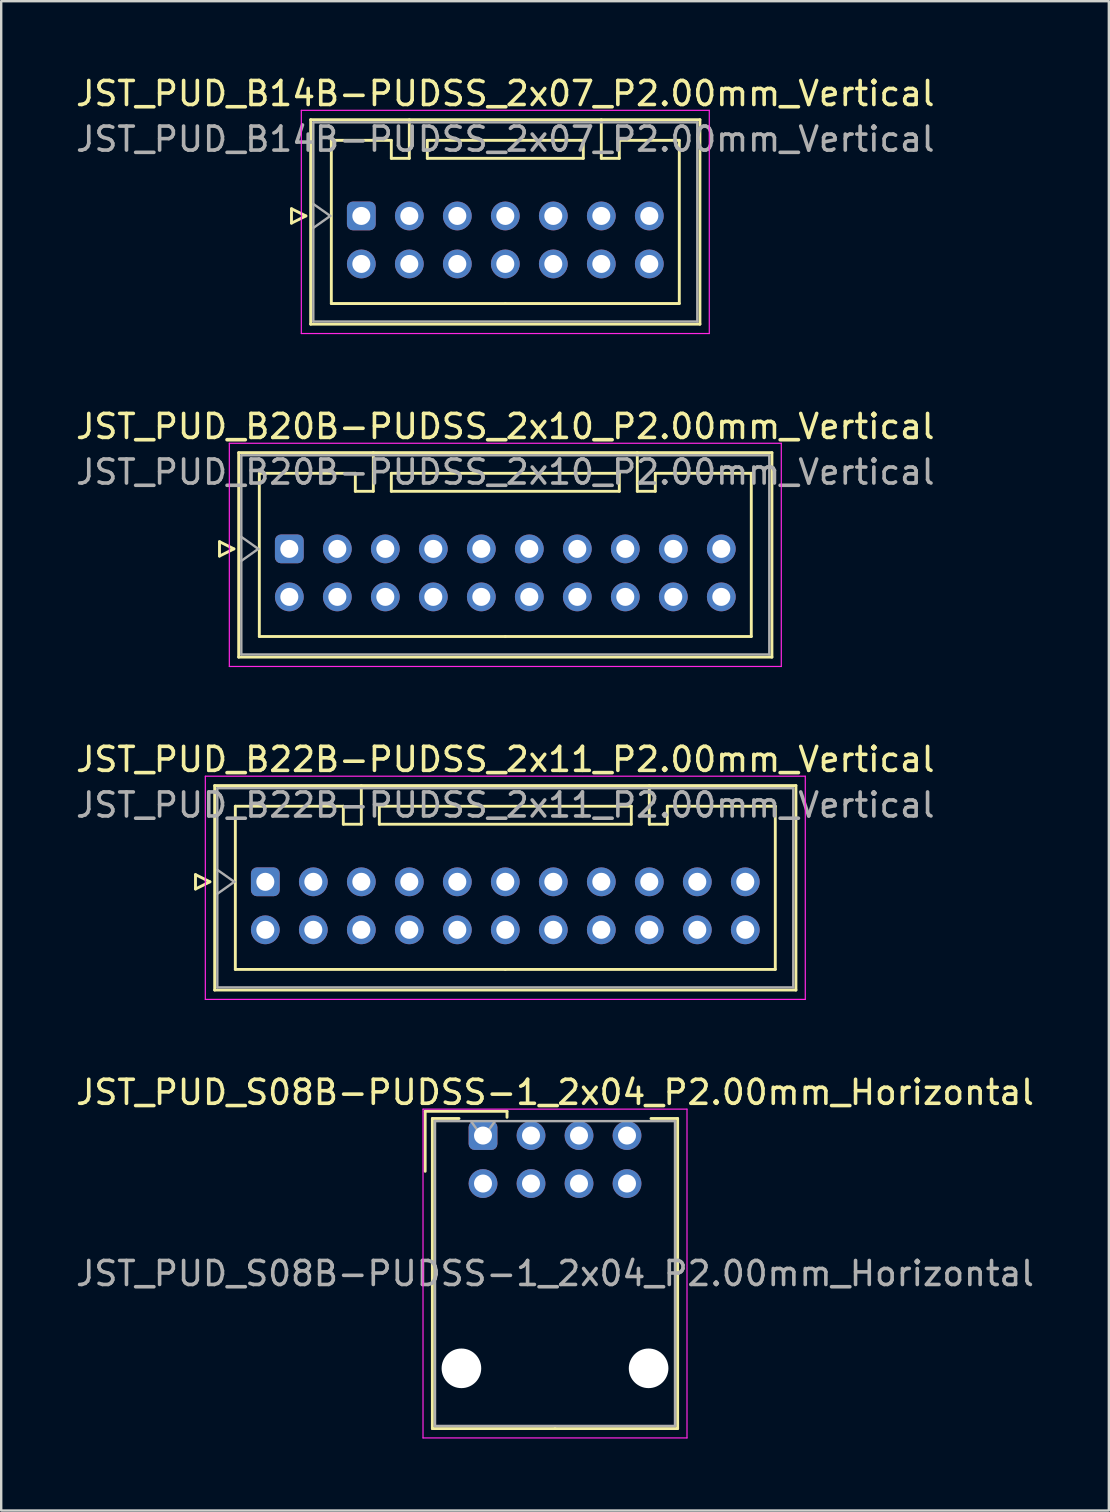
<source format=kicad_pcb>
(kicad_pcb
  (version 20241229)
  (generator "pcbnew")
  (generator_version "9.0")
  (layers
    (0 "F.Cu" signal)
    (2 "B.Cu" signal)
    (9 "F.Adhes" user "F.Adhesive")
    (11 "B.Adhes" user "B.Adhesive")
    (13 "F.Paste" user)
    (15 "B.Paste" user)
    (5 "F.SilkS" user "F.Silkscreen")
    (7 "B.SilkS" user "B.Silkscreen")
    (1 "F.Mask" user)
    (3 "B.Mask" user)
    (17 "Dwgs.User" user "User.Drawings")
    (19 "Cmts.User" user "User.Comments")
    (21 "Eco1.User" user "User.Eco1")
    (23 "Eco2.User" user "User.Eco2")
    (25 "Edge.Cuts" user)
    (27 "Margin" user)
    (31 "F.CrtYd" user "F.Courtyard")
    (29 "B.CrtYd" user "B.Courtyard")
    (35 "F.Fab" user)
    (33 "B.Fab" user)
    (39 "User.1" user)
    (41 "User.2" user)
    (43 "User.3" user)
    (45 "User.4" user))
  (footprint "JST_PUD_B22B-PUDSS_2x11_P2.00mm_Vertical"
    (layer "F.Cu")
    (at 8.006 33.695)
    (property "Reference" "JST_PUD_B22B-PUDSS_2x11_P2.00mm_Vertical" (at 10 -5.1 0) (layer "F.SilkS") (effects (font (size 1 1) (thickness 0.15))))
    (attr through_hole)
    (fp_line (start -2.91 -0.3) (end -2.31 0) (stroke (width 0.12) (type solid)) (layer "F.SilkS"))
    (fp_line (start -2.91 0.3) (end -2.91 -0.3) (stroke (width 0.12) (type solid)) (layer "F.SilkS"))
    (fp_line (start -2.31 0) (end -2.91 0.3) (stroke (width 0.12) (type solid)) (layer "F.SilkS"))
    (fp_line (start -2.11 -4.01) (end -2.11 4.51) (stroke (width 0.12) (type solid)) (layer "F.SilkS"))
    (fp_line (start -2.11 4.51) (end 22.11 4.51) (stroke (width 0.12) (type solid)) (layer "F.SilkS"))
    (fp_line (start -1.25 -3.15) (end -1.25 3.65) (stroke (width 0.12) (type solid)) (layer "F.SilkS"))
    (fp_line (start -1.25 3.65) (end 10 3.65) (stroke (width 0.12) (type solid)) (layer "F.SilkS"))
    (fp_line (start 3.25 -3.15) (end -1.25 -3.15) (stroke (width 0.12) (type solid)) (layer "F.SilkS"))
    (fp_line (start 3.25 -2.4) (end 3.25 -3.15) (stroke (width 0.12) (type solid)) (layer "F.SilkS"))
    (fp_line (start 4 -4.01) (end 4 -2.4) (stroke (width 0.12) (type solid)) (layer "F.SilkS"))
    (fp_line (start 4 -2.4) (end 3.25 -2.4) (stroke (width 0.12) (type solid)) (layer "F.SilkS"))
    (fp_line (start 4.75 -3.15) (end 4.75 -2.4) (stroke (width 0.12) (type solid)) (layer "F.SilkS"))
    (fp_line (start 4.75 -2.4) (end 15.25 -2.4) (stroke (width 0.12) (type solid)) (layer "F.SilkS"))
    (fp_line (start 15.25 -3.15) (end 4.75 -3.15) (stroke (width 0.12) (type solid)) (layer "F.SilkS"))
    (fp_line (start 15.25 -2.4) (end 15.25 -3.15) (stroke (width 0.12) (type solid)) (layer "F.SilkS"))
    (fp_line (start 16 -4.01) (end 16 -2.4) (stroke (width 0.12) (type solid)) (layer "F.SilkS"))
    (fp_line (start 16 -2.4) (end 16.75 -2.4) (stroke (width 0.12) (type solid)) (layer "F.SilkS"))
    (fp_line (start 16.75 -3.15) (end 21.25 -3.15) (stroke (width 0.12) (type solid)) (layer "F.SilkS"))
    (fp_line (start 16.75 -2.4) (end 16.75 -3.15) (stroke (width 0.12) (type solid)) (layer "F.SilkS"))
    (fp_line (start 21.25 -3.15) (end 21.25 3.65) (stroke (width 0.12) (type solid)) (layer "F.SilkS"))
    (fp_line (start 21.25 3.65) (end 10 3.65) (stroke (width 0.12) (type solid)) (layer "F.SilkS"))
    (fp_line (start 22.11 -4.01) (end -2.11 -4.01) (stroke (width 0.12) (type solid)) (layer "F.SilkS"))
    (fp_line (start 22.11 4.51) (end 22.11 -4.01) (stroke (width 0.12) (type solid)) (layer "F.SilkS"))
    (fp_line (start -2.5 -4.4) (end -2.5 4.9) (stroke (width 0.05) (type solid)) (layer "F.CrtYd"))
    (fp_line (start -2.5 4.9) (end 22.5 4.9) (stroke (width 0.05) (type solid)) (layer "F.CrtYd"))
    (fp_line (start 22.5 -4.4) (end -2.5 -4.4) (stroke (width 0.05) (type solid)) (layer "F.CrtYd"))
    (fp_line (start 22.5 4.9) (end 22.5 -4.4) (stroke (width 0.05) (type solid)) (layer "F.CrtYd"))
    (fp_line (start -2 -3.9) (end -2 4.4) (stroke (width 0.1) (type solid)) (layer "F.Fab"))
    (fp_line (start -2 0.5) (end -1.293 0) (stroke (width 0.1) (type solid)) (layer "F.Fab"))
    (fp_line (start -2 4.4) (end 22 4.4) (stroke (width 0.1) (type solid)) (layer "F.Fab"))
    (fp_line (start -1.293 0) (end -2 -0.5) (stroke (width 0.1) (type solid)) (layer "F.Fab"))
    (fp_line (start 22 -3.9) (end -2 -3.9) (stroke (width 0.1) (type solid)) (layer "F.Fab"))
    (fp_line (start 22 4.4) (end 22 -3.9) (stroke (width 0.1) (type solid)) (layer "F.Fab"))
    (fp_text user "${REFERENCE}" (at 10 -3.2 0) (layer "F.Fab") (effects (font (size 1 1) (thickness 0.15))))
    (pad "1" thru_hole roundrect (at 0 0) (size 1.2 1.2) (drill 0.75) (layers "*.Cu" "*.Mask") (roundrect_rratio 0.208))
    (pad "2" thru_hole circle (at 0 2) (size 1.2 1.2) (drill 0.75) (layers "*.Cu" "*.Mask"))
    (pad "3" thru_hole circle (at 2 0) (size 1.2 1.2) (drill 0.75) (layers "*.Cu" "*.Mask"))
    (pad "4" thru_hole circle (at 2 2) (size 1.2 1.2) (drill 0.75) (layers "*.Cu" "*.Mask"))
    (pad "5" thru_hole circle (at 4 0) (size 1.2 1.2) (drill 0.75) (layers "*.Cu" "*.Mask"))
    (pad "6" thru_hole circle (at 4 2) (size 1.2 1.2) (drill 0.75) (layers "*.Cu" "*.Mask"))
    (pad "7" thru_hole circle (at 6 0) (size 1.2 1.2) (drill 0.75) (layers "*.Cu" "*.Mask"))
    (pad "8" thru_hole circle (at 6 2) (size 1.2 1.2) (drill 0.75) (layers "*.Cu" "*.Mask"))
    (pad "9" thru_hole circle (at 8 0) (size 1.2 1.2) (drill 0.75) (layers "*.Cu" "*.Mask"))
    (pad "10" thru_hole circle (at 8 2) (size 1.2 1.2) (drill 0.75) (layers "*.Cu" "*.Mask"))
    (pad "11" thru_hole circle (at 10 0) (size 1.2 1.2) (drill 0.75) (layers "*.Cu" "*.Mask"))
    (pad "12" thru_hole circle (at 10 2) (size 1.2 1.2) (drill 0.75) (layers "*.Cu" "*.Mask"))
    (pad "13" thru_hole circle (at 12 0) (size 1.2 1.2) (drill 0.75) (layers "*.Cu" "*.Mask"))
    (pad "14" thru_hole circle (at 12 2) (size 1.2 1.2) (drill 0.75) (layers "*.Cu" "*.Mask"))
    (pad "15" thru_hole circle (at 14 0) (size 1.2 1.2) (drill 0.75) (layers "*.Cu" "*.Mask"))
    (pad "16" thru_hole circle (at 14 2) (size 1.2 1.2) (drill 0.75) (layers "*.Cu" "*.Mask"))
    (pad "17" thru_hole circle (at 16 0) (size 1.2 1.2) (drill 0.75) (layers "*.Cu" "*.Mask"))
    (pad "18" thru_hole circle (at 16 2) (size 1.2 1.2) (drill 0.75) (layers "*.Cu" "*.Mask"))
    (pad "19" thru_hole circle (at 18 0) (size 1.2 1.2) (drill 0.75) (layers "*.Cu" "*.Mask"))
    (pad "20" thru_hole circle (at 18 2) (size 1.2 1.2) (drill 0.75) (layers "*.Cu" "*.Mask"))
    (pad "21" thru_hole circle (at 20 0) (size 1.2 1.2) (drill 0.75) (layers "*.Cu" "*.Mask"))
    (pad "22" thru_hole circle (at 20 2) (size 1.2 1.2) (drill 0.75) (layers "*.Cu" "*.Mask")))
  (footprint "JST_PUD_S08B-PUDSS-1_2x04_P2.00mm_Horizontal"
    (layer "F.Cu")
    (at 17.077 44.268)
    (property "Reference" "JST_PUD_S08B-PUDSS-1_2x04_P2.00mm_Horizontal" (at 3 -1.8 0) (layer "F.SilkS") (effects (font (size 1 1) (thickness 0.15))))
    (attr through_hole)
    (fp_line (start -2.41 -1.01) (end -2.41 1.49) (stroke (width 0.12) (type solid)) (layer "F.SilkS"))
    (fp_line (start -2.11 -0.71) (end -2.11 12.21) (stroke (width 0.12) (type solid)) (layer "F.SilkS"))
    (fp_line (start -2.11 12.21) (end 3 12.21) (stroke (width 0.12) (type solid)) (layer "F.SilkS"))
    (fp_line (start -1 -0.71) (end -2.11 -0.71) (stroke (width 0.12) (type solid)) (layer "F.SilkS"))
    (fp_line (start 1 -1.01) (end -2.41 -1.01) (stroke (width 0.12) (type solid)) (layer "F.SilkS"))
    (fp_line (start 1 -0.76) (end 1 -1.01) (stroke (width 0.12) (type solid)) (layer "F.SilkS"))
    (fp_line (start 7 -0.71) (end 8.11 -0.71) (stroke (width 0.12) (type solid)) (layer "F.SilkS"))
    (fp_line (start 8.11 -0.71) (end 8.11 12.21) (stroke (width 0.12) (type solid)) (layer "F.SilkS"))
    (fp_line (start 8.11 12.21) (end 3 12.21) (stroke (width 0.12) (type solid)) (layer "F.SilkS"))
    (fp_line (start -2.5 -1.1) (end -2.5 12.6) (stroke (width 0.05) (type solid)) (layer "F.CrtYd"))
    (fp_line (start -2.5 12.6) (end 8.5 12.6) (stroke (width 0.05) (type solid)) (layer "F.CrtYd"))
    (fp_line (start 8.5 -1.1) (end -2.5 -1.1) (stroke (width 0.05) (type solid)) (layer "F.CrtYd"))
    (fp_line (start 8.5 12.6) (end 8.5 -1.1) (stroke (width 0.05) (type solid)) (layer "F.CrtYd"))
    (fp_line (start -2 -0.6) (end -2 12.1) (stroke (width 0.1) (type solid)) (layer "F.Fab"))
    (fp_line (start -2 12.1) (end 8 12.1) (stroke (width 0.1) (type solid)) (layer "F.Fab"))
    (fp_line (start 0 0.107) (end -0.5 -0.6) (stroke (width 0.1) (type solid)) (layer "F.Fab"))
    (fp_line (start 0.5 -0.6) (end 0 0.107) (stroke (width 0.1) (type solid)) (layer "F.Fab"))
    (fp_line (start 8 -0.6) (end -2 -0.6) (stroke (width 0.1) (type solid)) (layer "F.Fab"))
    (fp_line (start 8 12.1) (end 8 -0.6) (stroke (width 0.1) (type solid)) (layer "F.Fab"))
    (fp_text user "${REFERENCE}" (at 3 5.75 0) (layer "F.Fab") (effects (font (size 1 1) (thickness 0.15))))
    (pad "" np_thru_hole circle (at -0.9 9.7) (size 1.65 1.65) (drill 1.65) (layers "*.Cu" "*.Mask"))
    (pad "" np_thru_hole circle (at 6.9 9.7) (size 1.65 1.65) (drill 1.65) (layers "*.Cu" "*.Mask"))
    (pad "1" thru_hole roundrect (at 0 0) (size 1.2 1.2) (drill 0.75) (layers "*.Cu" "*.Mask") (roundrect_rratio 0.208))
    (pad "2" thru_hole circle (at 0 2) (size 1.2 1.2) (drill 0.75) (layers "*.Cu" "*.Mask"))
    (pad "3" thru_hole circle (at 2 0) (size 1.2 1.2) (drill 0.75) (layers "*.Cu" "*.Mask"))
    (pad "4" thru_hole circle (at 2 2) (size 1.2 1.2) (drill 0.75) (layers "*.Cu" "*.Mask"))
    (pad "5" thru_hole circle (at 4 0) (size 1.2 1.2) (drill 0.75) (layers "*.Cu" "*.Mask"))
    (pad "6" thru_hole circle (at 4 2) (size 1.2 1.2) (drill 0.75) (layers "*.Cu" "*.Mask"))
    (pad "7" thru_hole circle (at 6 0) (size 1.2 1.2) (drill 0.75) (layers "*.Cu" "*.Mask"))
    (pad "8" thru_hole circle (at 6 2) (size 1.2 1.2) (drill 0.75) (layers "*.Cu" "*.Mask")))
  (footprint "JST_PUD_B20B-PUDSS_2x10_P2.00mm_Vertical"
    (layer "F.Cu")
    (at 9.006 19.822)
    (property "Reference" "JST_PUD_B20B-PUDSS_2x10_P2.00mm_Vertical" (at 9 -5.1 0) (layer "F.SilkS") (effects (font (size 1 1) (thickness 0.15))))
    (attr through_hole)
    (fp_line (start -2.91 -0.3) (end -2.31 0) (stroke (width 0.12) (type solid)) (layer "F.SilkS"))
    (fp_line (start -2.91 0.3) (end -2.91 -0.3) (stroke (width 0.12) (type solid)) (layer "F.SilkS"))
    (fp_line (start -2.31 0) (end -2.91 0.3) (stroke (width 0.12) (type solid)) (layer "F.SilkS"))
    (fp_line (start -2.11 -4.01) (end -2.11 4.51) (stroke (width 0.12) (type solid)) (layer "F.SilkS"))
    (fp_line (start -2.11 4.51) (end 20.11 4.51) (stroke (width 0.12) (type solid)) (layer "F.SilkS"))
    (fp_line (start -1.25 -3.15) (end -1.25 3.65) (stroke (width 0.12) (type solid)) (layer "F.SilkS"))
    (fp_line (start -1.25 3.65) (end 9 3.65) (stroke (width 0.12) (type solid)) (layer "F.SilkS"))
    (fp_line (start 2.75 -3.15) (end -1.25 -3.15) (stroke (width 0.12) (type solid)) (layer "F.SilkS"))
    (fp_line (start 2.75 -2.4) (end 2.75 -3.15) (stroke (width 0.12) (type solid)) (layer "F.SilkS"))
    (fp_line (start 3.5 -4.01) (end 3.5 -2.4) (stroke (width 0.12) (type solid)) (layer "F.SilkS"))
    (fp_line (start 3.5 -2.4) (end 2.75 -2.4) (stroke (width 0.12) (type solid)) (layer "F.SilkS"))
    (fp_line (start 4.25 -3.15) (end 4.25 -2.4) (stroke (width 0.12) (type solid)) (layer "F.SilkS"))
    (fp_line (start 4.25 -2.4) (end 13.75 -2.4) (stroke (width 0.12) (type solid)) (layer "F.SilkS"))
    (fp_line (start 13.75 -3.15) (end 4.25 -3.15) (stroke (width 0.12) (type solid)) (layer "F.SilkS"))
    (fp_line (start 13.75 -2.4) (end 13.75 -3.15) (stroke (width 0.12) (type solid)) (layer "F.SilkS"))
    (fp_line (start 14.5 -4.01) (end 14.5 -2.4) (stroke (width 0.12) (type solid)) (layer "F.SilkS"))
    (fp_line (start 14.5 -2.4) (end 15.25 -2.4) (stroke (width 0.12) (type solid)) (layer "F.SilkS"))
    (fp_line (start 15.25 -3.15) (end 19.25 -3.15) (stroke (width 0.12) (type solid)) (layer "F.SilkS"))
    (fp_line (start 15.25 -2.4) (end 15.25 -3.15) (stroke (width 0.12) (type solid)) (layer "F.SilkS"))
    (fp_line (start 19.25 -3.15) (end 19.25 3.65) (stroke (width 0.12) (type solid)) (layer "F.SilkS"))
    (fp_line (start 19.25 3.65) (end 9 3.65) (stroke (width 0.12) (type solid)) (layer "F.SilkS"))
    (fp_line (start 20.11 -4.01) (end -2.11 -4.01) (stroke (width 0.12) (type solid)) (layer "F.SilkS"))
    (fp_line (start 20.11 4.51) (end 20.11 -4.01) (stroke (width 0.12) (type solid)) (layer "F.SilkS"))
    (fp_line (start -2.5 -4.4) (end -2.5 4.9) (stroke (width 0.05) (type solid)) (layer "F.CrtYd"))
    (fp_line (start -2.5 4.9) (end 20.5 4.9) (stroke (width 0.05) (type solid)) (layer "F.CrtYd"))
    (fp_line (start 20.5 -4.4) (end -2.5 -4.4) (stroke (width 0.05) (type solid)) (layer "F.CrtYd"))
    (fp_line (start 20.5 4.9) (end 20.5 -4.4) (stroke (width 0.05) (type solid)) (layer "F.CrtYd"))
    (fp_line (start -2 -3.9) (end -2 4.4) (stroke (width 0.1) (type solid)) (layer "F.Fab"))
    (fp_line (start -2 0.5) (end -1.293 0) (stroke (width 0.1) (type solid)) (layer "F.Fab"))
    (fp_line (start -2 4.4) (end 20 4.4) (stroke (width 0.1) (type solid)) (layer "F.Fab"))
    (fp_line (start -1.293 0) (end -2 -0.5) (stroke (width 0.1) (type solid)) (layer "F.Fab"))
    (fp_line (start 20 -3.9) (end -2 -3.9) (stroke (width 0.1) (type solid)) (layer "F.Fab"))
    (fp_line (start 20 4.4) (end 20 -3.9) (stroke (width 0.1) (type solid)) (layer "F.Fab"))
    (fp_text user "${REFERENCE}" (at 9 -3.2 0) (layer "F.Fab") (effects (font (size 1 1) (thickness 0.15))))
    (pad "1" thru_hole roundrect (at 0 0) (size 1.2 1.2) (drill 0.75) (layers "*.Cu" "*.Mask") (roundrect_rratio 0.208))
    (pad "2" thru_hole circle (at 0 2) (size 1.2 1.2) (drill 0.75) (layers "*.Cu" "*.Mask"))
    (pad "3" thru_hole circle (at 2 0) (size 1.2 1.2) (drill 0.75) (layers "*.Cu" "*.Mask"))
    (pad "4" thru_hole circle (at 2 2) (size 1.2 1.2) (drill 0.75) (layers "*.Cu" "*.Mask"))
    (pad "5" thru_hole circle (at 4 0) (size 1.2 1.2) (drill 0.75) (layers "*.Cu" "*.Mask"))
    (pad "6" thru_hole circle (at 4 2) (size 1.2 1.2) (drill 0.75) (layers "*.Cu" "*.Mask"))
    (pad "7" thru_hole circle (at 6 0) (size 1.2 1.2) (drill 0.75) (layers "*.Cu" "*.Mask"))
    (pad "8" thru_hole circle (at 6 2) (size 1.2 1.2) (drill 0.75) (layers "*.Cu" "*.Mask"))
    (pad "9" thru_hole circle (at 8 0) (size 1.2 1.2) (drill 0.75) (layers "*.Cu" "*.Mask"))
    (pad "10" thru_hole circle (at 8 2) (size 1.2 1.2) (drill 0.75) (layers "*.Cu" "*.Mask"))
    (pad "11" thru_hole circle (at 10 0) (size 1.2 1.2) (drill 0.75) (layers "*.Cu" "*.Mask"))
    (pad "12" thru_hole circle (at 10 2) (size 1.2 1.2) (drill 0.75) (layers "*.Cu" "*.Mask"))
    (pad "13" thru_hole circle (at 12 0) (size 1.2 1.2) (drill 0.75) (layers "*.Cu" "*.Mask"))
    (pad "14" thru_hole circle (at 12 2) (size 1.2 1.2) (drill 0.75) (layers "*.Cu" "*.Mask"))
    (pad "15" thru_hole circle (at 14 0) (size 1.2 1.2) (drill 0.75) (layers "*.Cu" "*.Mask"))
    (pad "16" thru_hole circle (at 14 2) (size 1.2 1.2) (drill 0.75) (layers "*.Cu" "*.Mask"))
    (pad "17" thru_hole circle (at 16 0) (size 1.2 1.2) (drill 0.75) (layers "*.Cu" "*.Mask"))
    (pad "18" thru_hole circle (at 16 2) (size 1.2 1.2) (drill 0.75) (layers "*.Cu" "*.Mask"))
    (pad "19" thru_hole circle (at 18 0) (size 1.2 1.2) (drill 0.75) (layers "*.Cu" "*.Mask"))
    (pad "20" thru_hole circle (at 18 2) (size 1.2 1.2) (drill 0.75) (layers "*.Cu" "*.Mask")))
  (footprint "JST_PUD_B14B-PUDSS_2x07_P2.00mm_Vertical"
    (layer "F.Cu")
    (at 12.006 5.948)
    (property "Reference" "JST_PUD_B14B-PUDSS_2x07_P2.00mm_Vertical" (at 6 -5.1 0) (layer "F.SilkS") (effects (font (size 1 1) (thickness 0.15))))
    (attr through_hole)
    (fp_line (start -2.91 -0.3) (end -2.31 0) (stroke (width 0.12) (type solid)) (layer "F.SilkS"))
    (fp_line (start -2.91 0.3) (end -2.91 -0.3) (stroke (width 0.12) (type solid)) (layer "F.SilkS"))
    (fp_line (start -2.31 0) (end -2.91 0.3) (stroke (width 0.12) (type solid)) (layer "F.SilkS"))
    (fp_line (start -2.11 -4.01) (end -2.11 4.51) (stroke (width 0.12) (type solid)) (layer "F.SilkS"))
    (fp_line (start -2.11 4.51) (end 14.11 4.51) (stroke (width 0.12) (type solid)) (layer "F.SilkS"))
    (fp_line (start -1.25 -3.15) (end -1.25 3.65) (stroke (width 0.12) (type solid)) (layer "F.SilkS"))
    (fp_line (start -1.25 3.65) (end 6 3.65) (stroke (width 0.12) (type solid)) (layer "F.SilkS"))
    (fp_line (start 1.25 -3.15) (end -1.25 -3.15) (stroke (width 0.12) (type solid)) (layer "F.SilkS"))
    (fp_line (start 1.25 -2.4) (end 1.25 -3.15) (stroke (width 0.12) (type solid)) (layer "F.SilkS"))
    (fp_line (start 2 -4.01) (end 2 -2.4) (stroke (width 0.12) (type solid)) (layer "F.SilkS"))
    (fp_line (start 2 -2.4) (end 1.25 -2.4) (stroke (width 0.12) (type solid)) (layer "F.SilkS"))
    (fp_line (start 2.75 -3.15) (end 2.75 -2.4) (stroke (width 0.12) (type solid)) (layer "F.SilkS"))
    (fp_line (start 2.75 -2.4) (end 9.25 -2.4) (stroke (width 0.12) (type solid)) (layer "F.SilkS"))
    (fp_line (start 9.25 -3.15) (end 2.75 -3.15) (stroke (width 0.12) (type solid)) (layer "F.SilkS"))
    (fp_line (start 9.25 -2.4) (end 9.25 -3.15) (stroke (width 0.12) (type solid)) (layer "F.SilkS"))
    (fp_line (start 10 -4.01) (end 10 -2.4) (stroke (width 0.12) (type solid)) (layer "F.SilkS"))
    (fp_line (start 10 -2.4) (end 10.75 -2.4) (stroke (width 0.12) (type solid)) (layer "F.SilkS"))
    (fp_line (start 10.75 -3.15) (end 13.25 -3.15) (stroke (width 0.12) (type solid)) (layer "F.SilkS"))
    (fp_line (start 10.75 -2.4) (end 10.75 -3.15) (stroke (width 0.12) (type solid)) (layer "F.SilkS"))
    (fp_line (start 13.25 -3.15) (end 13.25 3.65) (stroke (width 0.12) (type solid)) (layer "F.SilkS"))
    (fp_line (start 13.25 3.65) (end 6 3.65) (stroke (width 0.12) (type solid)) (layer "F.SilkS"))
    (fp_line (start 14.11 -4.01) (end -2.11 -4.01) (stroke (width 0.12) (type solid)) (layer "F.SilkS"))
    (fp_line (start 14.11 4.51) (end 14.11 -4.01) (stroke (width 0.12) (type solid)) (layer "F.SilkS"))
    (fp_line (start -2.5 -4.4) (end -2.5 4.9) (stroke (width 0.05) (type solid)) (layer "F.CrtYd"))
    (fp_line (start -2.5 4.9) (end 14.5 4.9) (stroke (width 0.05) (type solid)) (layer "F.CrtYd"))
    (fp_line (start 14.5 -4.4) (end -2.5 -4.4) (stroke (width 0.05) (type solid)) (layer "F.CrtYd"))
    (fp_line (start 14.5 4.9) (end 14.5 -4.4) (stroke (width 0.05) (type solid)) (layer "F.CrtYd"))
    (fp_line (start -2 -3.9) (end -2 4.4) (stroke (width 0.1) (type solid)) (layer "F.Fab"))
    (fp_line (start -2 0.5) (end -1.293 0) (stroke (width 0.1) (type solid)) (layer "F.Fab"))
    (fp_line (start -2 4.4) (end 14 4.4) (stroke (width 0.1) (type solid)) (layer "F.Fab"))
    (fp_line (start -1.293 0) (end -2 -0.5) (stroke (width 0.1) (type solid)) (layer "F.Fab"))
    (fp_line (start 14 -3.9) (end -2 -3.9) (stroke (width 0.1) (type solid)) (layer "F.Fab"))
    (fp_line (start 14 4.4) (end 14 -3.9) (stroke (width 0.1) (type solid)) (layer "F.Fab"))
    (fp_text user "${REFERENCE}" (at 6 -3.2 0) (layer "F.Fab") (effects (font (size 1 1) (thickness 0.15))))
    (pad "1" thru_hole roundrect (at 0 0) (size 1.2 1.2) (drill 0.75) (layers "*.Cu" "*.Mask") (roundrect_rratio 0.208))
    (pad "2" thru_hole circle (at 0 2) (size 1.2 1.2) (drill 0.75) (layers "*.Cu" "*.Mask"))
    (pad "3" thru_hole circle (at 2 0) (size 1.2 1.2) (drill 0.75) (layers "*.Cu" "*.Mask"))
    (pad "4" thru_hole circle (at 2 2) (size 1.2 1.2) (drill 0.75) (layers "*.Cu" "*.Mask"))
    (pad "5" thru_hole circle (at 4 0) (size 1.2 1.2) (drill 0.75) (layers "*.Cu" "*.Mask"))
    (pad "6" thru_hole circle (at 4 2) (size 1.2 1.2) (drill 0.75) (layers "*.Cu" "*.Mask"))
    (pad "7" thru_hole circle (at 6 0) (size 1.2 1.2) (drill 0.75) (layers "*.Cu" "*.Mask"))
    (pad "8" thru_hole circle (at 6 2) (size 1.2 1.2) (drill 0.75) (layers "*.Cu" "*.Mask"))
    (pad "9" thru_hole circle (at 8 0) (size 1.2 1.2) (drill 0.75) (layers "*.Cu" "*.Mask"))
    (pad "10" thru_hole circle (at 8 2) (size 1.2 1.2) (drill 0.75) (layers "*.Cu" "*.Mask"))
    (pad "11" thru_hole circle (at 10 0) (size 1.2 1.2) (drill 0.75) (layers "*.Cu" "*.Mask"))
    (pad "12" thru_hole circle (at 10 2) (size 1.2 1.2) (drill 0.75) (layers "*.Cu" "*.Mask"))
    (pad "13" thru_hole circle (at 12 0) (size 1.2 1.2) (drill 0.75) (layers "*.Cu" "*.Mask"))
    (pad "14" thru_hole circle (at 12 2) (size 1.2 1.2) (drill 0.75) (layers "*.Cu" "*.Mask")))
  (gr_rect
    (start -3 -3)
    (end 43.155 59.893)
    (stroke (width 0.1) (type default))
    (fill no)
    (layer "Edge.Cuts")))
</source>
